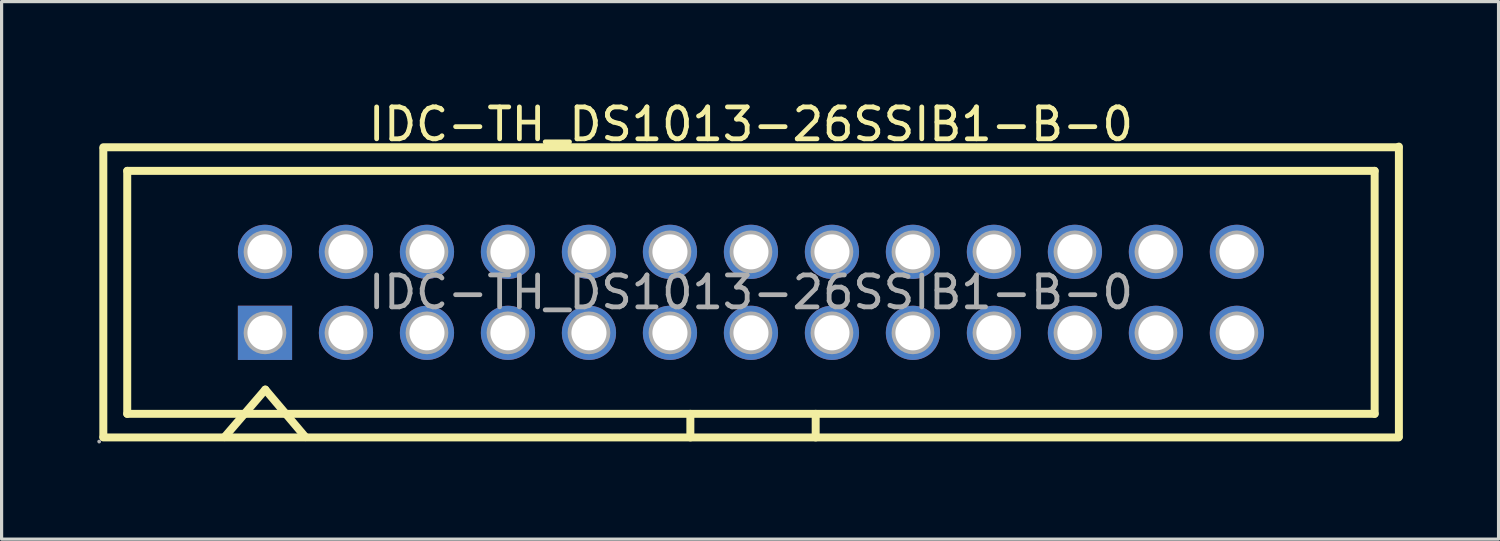
<source format=kicad_pcb>
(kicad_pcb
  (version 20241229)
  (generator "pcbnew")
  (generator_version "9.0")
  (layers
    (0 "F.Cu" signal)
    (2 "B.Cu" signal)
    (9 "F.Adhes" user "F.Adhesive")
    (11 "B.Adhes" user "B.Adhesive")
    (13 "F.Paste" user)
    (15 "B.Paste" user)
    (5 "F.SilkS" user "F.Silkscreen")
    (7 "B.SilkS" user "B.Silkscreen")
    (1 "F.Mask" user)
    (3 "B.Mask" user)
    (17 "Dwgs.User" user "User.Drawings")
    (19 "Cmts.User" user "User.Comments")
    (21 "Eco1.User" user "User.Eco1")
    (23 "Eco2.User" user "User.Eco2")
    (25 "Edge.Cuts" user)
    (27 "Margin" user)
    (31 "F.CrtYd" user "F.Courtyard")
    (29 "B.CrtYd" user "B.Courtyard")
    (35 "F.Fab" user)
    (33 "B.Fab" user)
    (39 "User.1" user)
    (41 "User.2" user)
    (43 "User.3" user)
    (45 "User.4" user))
  (footprint "IDC-TH_DS1013-26SSIB1-B-0"
    (layer "F.Cu")
    (at 20.5 6.118)
    (property "Reference" "IDC-TH_DS1013-26SSIB1-B-0" (at 0 -5.27 0) (layer "F.SilkS") (effects (font (size 1 1) (thickness 0.15))))
    (attr through_hole)
    (fp_line (start -20.31 -4.55) (end 20.31 -4.55) (stroke (width 0.25) (type solid)) (layer "F.SilkS"))
    (fp_line (start -20.31 -4.5) (end -20.31 4.53) (stroke (width 0.25) (type solid)) (layer "F.SilkS"))
    (fp_line (start -20.31 4.55) (end 20.31 4.55) (stroke (width 0.25) (type solid)) (layer "F.SilkS"))
    (fp_line (start -19.56 -3.81) (end 19.56 -3.81) (stroke (width 0.25) (type solid)) (layer "F.SilkS"))
    (fp_line (start -19.56 3.81) (end -19.56 -3.81) (stroke (width 0.25) (type solid)) (layer "F.SilkS"))
    (fp_line (start -16.51 4.54) (end -15.23 3.05) (stroke (width 0.25) (type solid)) (layer "F.SilkS"))
    (fp_line (start -15.23 3.05) (end -13.97 4.54) (stroke (width 0.25) (type solid)) (layer "F.SilkS"))
    (fp_line (start -1.9 3.81) (end -1.9 4.55) (stroke (width 0.25) (type solid)) (layer "F.SilkS"))
    (fp_line (start 2.03 4.55) (end 2.03 3.81) (stroke (width 0.25) (type solid)) (layer "F.SilkS"))
    (fp_line (start 19.56 -3.81) (end 19.56 3.81) (stroke (width 0.25) (type solid)) (layer "F.SilkS"))
    (fp_line (start 19.56 3.81) (end -19.56 3.81) (stroke (width 0.25) (type solid)) (layer "F.SilkS"))
    (fp_line (start 20.32 -4.57) (end 20.32 4.53) (stroke (width 0.25) (type solid)) (layer "F.SilkS"))
    (fp_circle (center -20.44 4.68) (end -20.41 4.68) (stroke (width 0.06) (type solid)) (fill no) (layer "F.Fab"))
    (fp_circle (center -15.24 -1.27) (end -15.02 -1.27) (stroke (width 0.45) (type solid)) (fill no) (layer "F.Fab"))
    (fp_circle (center -15.24 1.27) (end -15.02 1.27) (stroke (width 0.45) (type solid)) (fill no) (layer "F.Fab"))
    (fp_circle (center -12.7 -1.27) (end -12.48 -1.27) (stroke (width 0.45) (type solid)) (fill no) (layer "F.Fab"))
    (fp_circle (center -12.7 1.27) (end -12.48 1.27) (stroke (width 0.45) (type solid)) (fill no) (layer "F.Fab"))
    (fp_circle (center -10.16 -1.27) (end -9.94 -1.27) (stroke (width 0.45) (type solid)) (fill no) (layer "F.Fab"))
    (fp_circle (center -10.16 1.27) (end -9.94 1.27) (stroke (width 0.45) (type solid)) (fill no) (layer "F.Fab"))
    (fp_circle (center -7.62 -1.27) (end -7.4 -1.27) (stroke (width 0.45) (type solid)) (fill no) (layer "F.Fab"))
    (fp_circle (center -7.62 1.27) (end -7.4 1.27) (stroke (width 0.45) (type solid)) (fill no) (layer "F.Fab"))
    (fp_circle (center -5.08 -1.27) (end -4.86 -1.27) (stroke (width 0.45) (type solid)) (fill no) (layer "F.Fab"))
    (fp_circle (center -5.08 1.27) (end -4.86 1.27) (stroke (width 0.45) (type solid)) (fill no) (layer "F.Fab"))
    (fp_circle (center -2.54 -1.27) (end -2.32 -1.27) (stroke (width 0.45) (type solid)) (fill no) (layer "F.Fab"))
    (fp_circle (center -2.54 1.27) (end -2.32 1.27) (stroke (width 0.45) (type solid)) (fill no) (layer "F.Fab"))
    (fp_circle (center 0 -1.27) (end 0.22 -1.27) (stroke (width 0.45) (type solid)) (fill no) (layer "F.Fab"))
    (fp_circle (center 0 1.27) (end 0.22 1.27) (stroke (width 0.45) (type solid)) (fill no) (layer "F.Fab"))
    (fp_circle (center 2.54 -1.27) (end 2.76 -1.27) (stroke (width 0.45) (type solid)) (fill no) (layer "F.Fab"))
    (fp_circle (center 2.54 1.27) (end 2.76 1.27) (stroke (width 0.45) (type solid)) (fill no) (layer "F.Fab"))
    (fp_circle (center 5.08 -1.27) (end 5.3 -1.27) (stroke (width 0.45) (type solid)) (fill no) (layer "F.Fab"))
    (fp_circle (center 5.08 1.27) (end 5.3 1.27) (stroke (width 0.45) (type solid)) (fill no) (layer "F.Fab"))
    (fp_circle (center 7.62 -1.27) (end 7.84 -1.27) (stroke (width 0.45) (type solid)) (fill no) (layer "F.Fab"))
    (fp_circle (center 7.62 1.27) (end 7.84 1.27) (stroke (width 0.45) (type solid)) (fill no) (layer "F.Fab"))
    (fp_circle (center 10.16 -1.27) (end 10.38 -1.27) (stroke (width 0.45) (type solid)) (fill no) (layer "F.Fab"))
    (fp_circle (center 10.16 1.27) (end 10.38 1.27) (stroke (width 0.45) (type solid)) (fill no) (layer "F.Fab"))
    (fp_circle (center 12.7 -1.27) (end 12.92 -1.27) (stroke (width 0.45) (type solid)) (fill no) (layer "F.Fab"))
    (fp_circle (center 12.7 1.27) (end 12.92 1.27) (stroke (width 0.45) (type solid)) (fill no) (layer "F.Fab"))
    (fp_circle (center 15.24 -1.27) (end 15.46 -1.27) (stroke (width 0.45) (type solid)) (fill no) (layer "F.Fab"))
    (fp_circle (center 15.24 1.27) (end 15.46 1.27) (stroke (width 0.45) (type solid)) (fill no) (layer "F.Fab"))
    (fp_text user "${REFERENCE}" (at 0 0 0) (layer "F.Fab") (effects (font (size 1 1) (thickness 0.15))))
    (pad "1" thru_hole rect (at -15.24 1.27) (size 1.7 1.7) (drill 1.1) (layers "*.Cu" "*.Paste" "*.Mask"))
    (pad "2" thru_hole circle (at -15.24 -1.27) (size 1.7 1.7) (drill 1.1) (layers "*.Cu" "*.Paste" "*.Mask"))
    (pad "3" thru_hole circle (at -12.7 1.27) (size 1.7 1.7) (drill 1.1) (layers "*.Cu" "*.Paste" "*.Mask"))
    (pad "4" thru_hole circle (at -12.7 -1.27) (size 1.7 1.7) (drill 1.1) (layers "*.Cu" "*.Paste" "*.Mask"))
    (pad "5" thru_hole circle (at -10.16 1.27) (size 1.7 1.7) (drill 1.1) (layers "*.Cu" "*.Paste" "*.Mask"))
    (pad "6" thru_hole circle (at -10.16 -1.27) (size 1.7 1.7) (drill 1.1) (layers "*.Cu" "*.Paste" "*.Mask"))
    (pad "7" thru_hole circle (at -7.62 1.27) (size 1.7 1.7) (drill 1.1) (layers "*.Cu" "*.Paste" "*.Mask"))
    (pad "8" thru_hole circle (at -7.62 -1.27) (size 1.7 1.7) (drill 1.1) (layers "*.Cu" "*.Paste" "*.Mask"))
    (pad "9" thru_hole circle (at -5.08 1.27) (size 1.7 1.7) (drill 1.1) (layers "*.Cu" "*.Paste" "*.Mask"))
    (pad "10" thru_hole circle (at -5.08 -1.27) (size 1.7 1.7) (drill 1.1) (layers "*.Cu" "*.Paste" "*.Mask"))
    (pad "11" thru_hole circle (at -2.54 1.27) (size 1.7 1.7) (drill 1.1) (layers "*.Cu" "*.Paste" "*.Mask"))
    (pad "12" thru_hole circle (at -2.54 -1.27) (size 1.7 1.7) (drill 1.1) (layers "*.Cu" "*.Paste" "*.Mask"))
    (pad "13" thru_hole circle (at 0 1.27) (size 1.7 1.7) (drill 1.1) (layers "*.Cu" "*.Paste" "*.Mask"))
    (pad "14" thru_hole circle (at 0 -1.27) (size 1.7 1.7) (drill 1.1) (layers "*.Cu" "*.Paste" "*.Mask"))
    (pad "15" thru_hole circle (at 2.54 1.27) (size 1.7 1.7) (drill 1.1) (layers "*.Cu" "*.Paste" "*.Mask"))
    (pad "16" thru_hole circle (at 2.54 -1.27) (size 1.7 1.7) (drill 1.1) (layers "*.Cu" "*.Paste" "*.Mask"))
    (pad "17" thru_hole circle (at 5.08 1.27) (size 1.7 1.7) (drill 1.1) (layers "*.Cu" "*.Paste" "*.Mask"))
    (pad "18" thru_hole circle (at 5.08 -1.27) (size 1.7 1.7) (drill 1.1) (layers "*.Cu" "*.Paste" "*.Mask"))
    (pad "19" thru_hole circle (at 7.62 1.27) (size 1.7 1.7) (drill 1.1) (layers "*.Cu" "*.Paste" "*.Mask"))
    (pad "20" thru_hole circle (at 7.62 -1.27) (size 1.7 1.7) (drill 1.1) (layers "*.Cu" "*.Paste" "*.Mask"))
    (pad "21" thru_hole circle (at 10.16 1.27) (size 1.7 1.7) (drill 1.1) (layers "*.Cu" "*.Paste" "*.Mask"))
    (pad "22" thru_hole circle (at 10.16 -1.27) (size 1.7 1.7) (drill 1.1) (layers "*.Cu" "*.Paste" "*.Mask"))
    (pad "23" thru_hole circle (at 12.7 1.27) (size 1.7 1.7) (drill 1.1) (layers "*.Cu" "*.Paste" "*.Mask"))
    (pad "24" thru_hole circle (at 12.7 -1.27) (size 1.7 1.7) (drill 1.1) (layers "*.Cu" "*.Paste" "*.Mask"))
    (pad "25" thru_hole circle (at 15.24 1.27) (size 1.7 1.7) (drill 1.1) (layers "*.Cu" "*.Paste" "*.Mask"))
    (pad "26" thru_hole circle (at 15.24 -1.27) (size 1.7 1.7) (drill 1.1) (layers "*.Cu" "*.Paste" "*.Mask")))
  (gr_rect
    (start -3 -3)
    (end 43.945 13.858)
    (stroke (width 0.1) (type default))
    (fill no)
    (layer "Edge.Cuts")))
</source>
